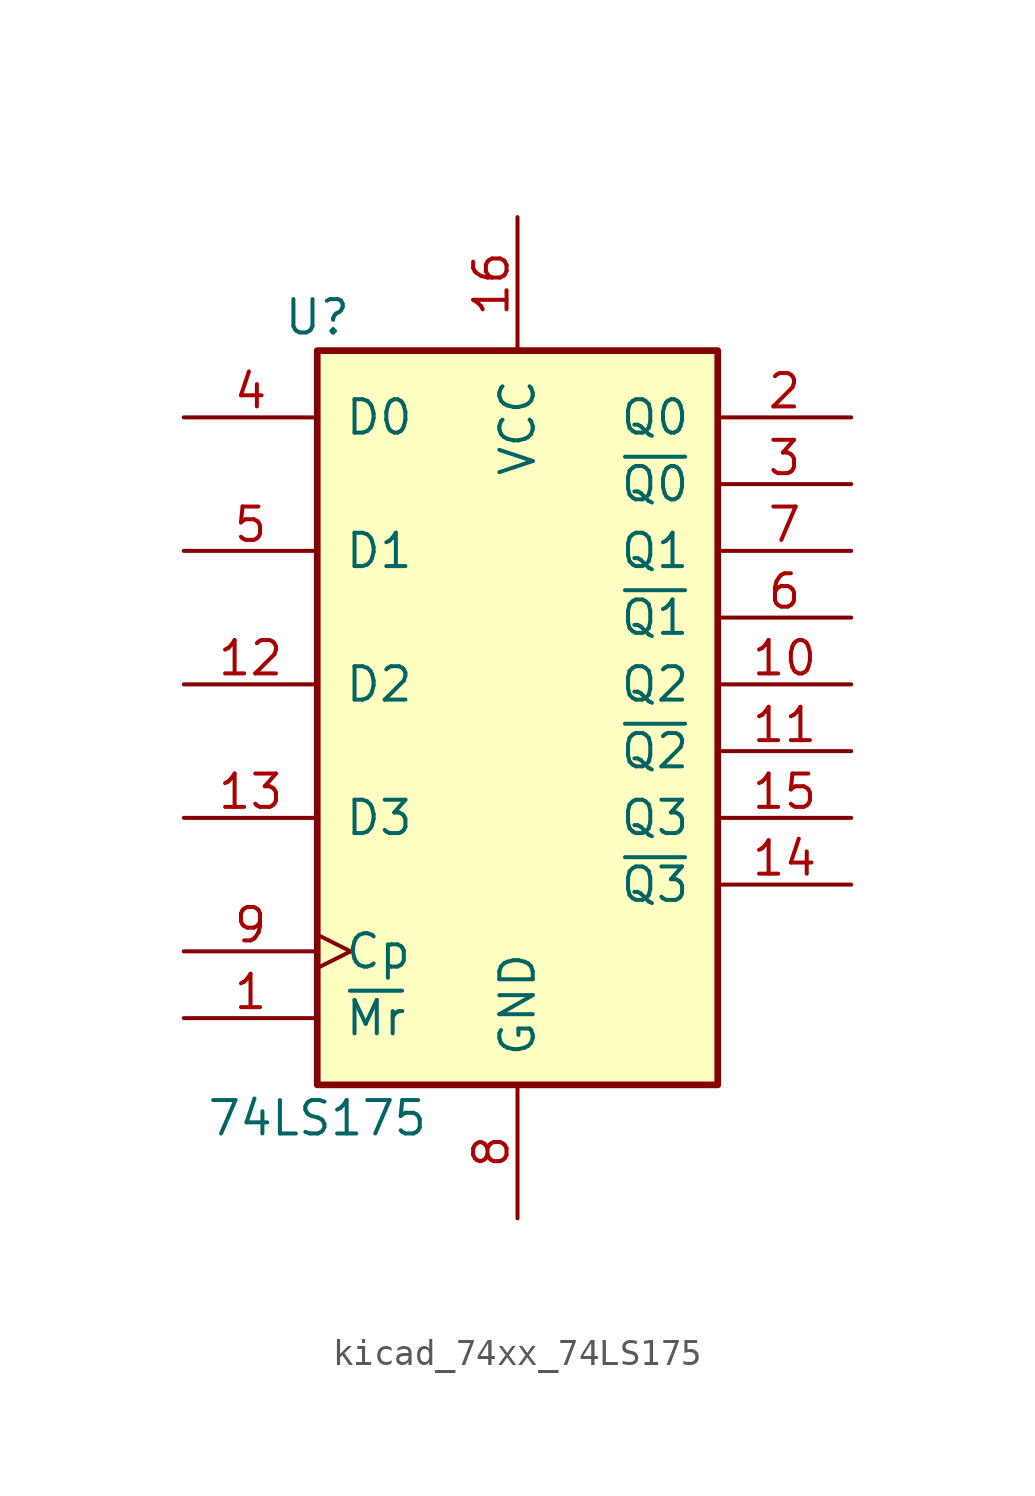
<source format=kicad_sym>
(kicad_symbol_lib
  (version 20220914)
  (generator kicad_symbol_editor)
  (symbol "kicad_74xx_74LS175"
    (pin_names
      (offset 1.016))
    (property "Reference" "U"
      (at -7.62 13.97 0)
      (effects (font (size 1.27 1.27))))
    (property "Value" "74LS175"
      (at -7.62 -16.51 0)
      (effects (font (size 1.27 1.27))))
    (property "ki_locked" ""
      (at 0 0 0)
      (effects (font (size 1.27 1.27))))
    (symbol "kicad_74xx_74LS175_1_0"
      (pin input line (at -12.7 -12.7 0) (length 5.08) (name "~{Mr}" (effects (font (size 1.27 1.27)))) (number "1" (effects (font (size 1.27 1.27)))))
      (pin output line (at 12.7 0 180) (length 5.08) (name "Q2" (effects (font (size 1.27 1.27)))) (number "10" (effects (font (size 1.27 1.27)))))
      (pin output line (at 12.7 -2.54 180) (length 5.08) (name "~{Q2}" (effects (font (size 1.27 1.27)))) (number "11" (effects (font (size 1.27 1.27)))))
      (pin input line (at -12.7 0 0) (length 5.08) (name "D2" (effects (font (size 1.27 1.27)))) (number "12" (effects (font (size 1.27 1.27)))))
      (pin input line (at -12.7 -5.08 0) (length 5.08) (name "D3" (effects (font (size 1.27 1.27)))) (number "13" (effects (font (size 1.27 1.27)))))
      (pin output line (at 12.7 -7.62 180) (length 5.08) (name "~{Q3}" (effects (font (size 1.27 1.27)))) (number "14" (effects (font (size 1.27 1.27)))))
      (pin output line (at 12.7 -5.08 180) (length 5.08) (name "Q3" (effects (font (size 1.27 1.27)))) (number "15" (effects (font (size 1.27 1.27)))))
      (pin power_in line (at 0 17.78 270) (length 5.08) (name "VCC" (effects (font (size 1.27 1.27)))) (number "16" (effects (font (size 1.27 1.27)))))
      (pin output line (at 12.7 10.16 180) (length 5.08) (name "Q0" (effects (font (size 1.27 1.27)))) (number "2" (effects (font (size 1.27 1.27)))))
      (pin output line (at 12.7 7.62 180) (length 5.08) (name "~{Q0}" (effects (font (size 1.27 1.27)))) (number "3" (effects (font (size 1.27 1.27)))))
      (pin input line (at -12.7 10.16 0) (length 5.08) (name "D0" (effects (font (size 1.27 1.27)))) (number "4" (effects (font (size 1.27 1.27)))))
      (pin input line (at -12.7 5.08 0) (length 5.08) (name "D1" (effects (font (size 1.27 1.27)))) (number "5" (effects (font (size 1.27 1.27)))))
      (pin output line (at 12.7 2.54 180) (length 5.08) (name "~{Q1}" (effects (font (size 1.27 1.27)))) (number "6" (effects (font (size 1.27 1.27)))))
      (pin output line (at 12.7 5.08 180) (length 5.08) (name "Q1" (effects (font (size 1.27 1.27)))) (number "7" (effects (font (size 1.27 1.27)))))
      (pin power_in line (at 0 -20.32 90) (length 5.08) (name "GND" (effects (font (size 1.27 1.27)))) (number "8" (effects (font (size 1.27 1.27)))))
      (pin input clock (at -12.7 -10.16 0) (length 5.08) (name "Cp" (effects (font (size 1.27 1.27)))) (number "9" (effects (font (size 1.27 1.27))))))
    (symbol "kicad_74xx_74LS175_1_1"
      (rectangle (start -7.62 12.7) (end 7.62 -15.24) (stroke (width 0.254) (type default)) (fill (type background))))))
</source>
